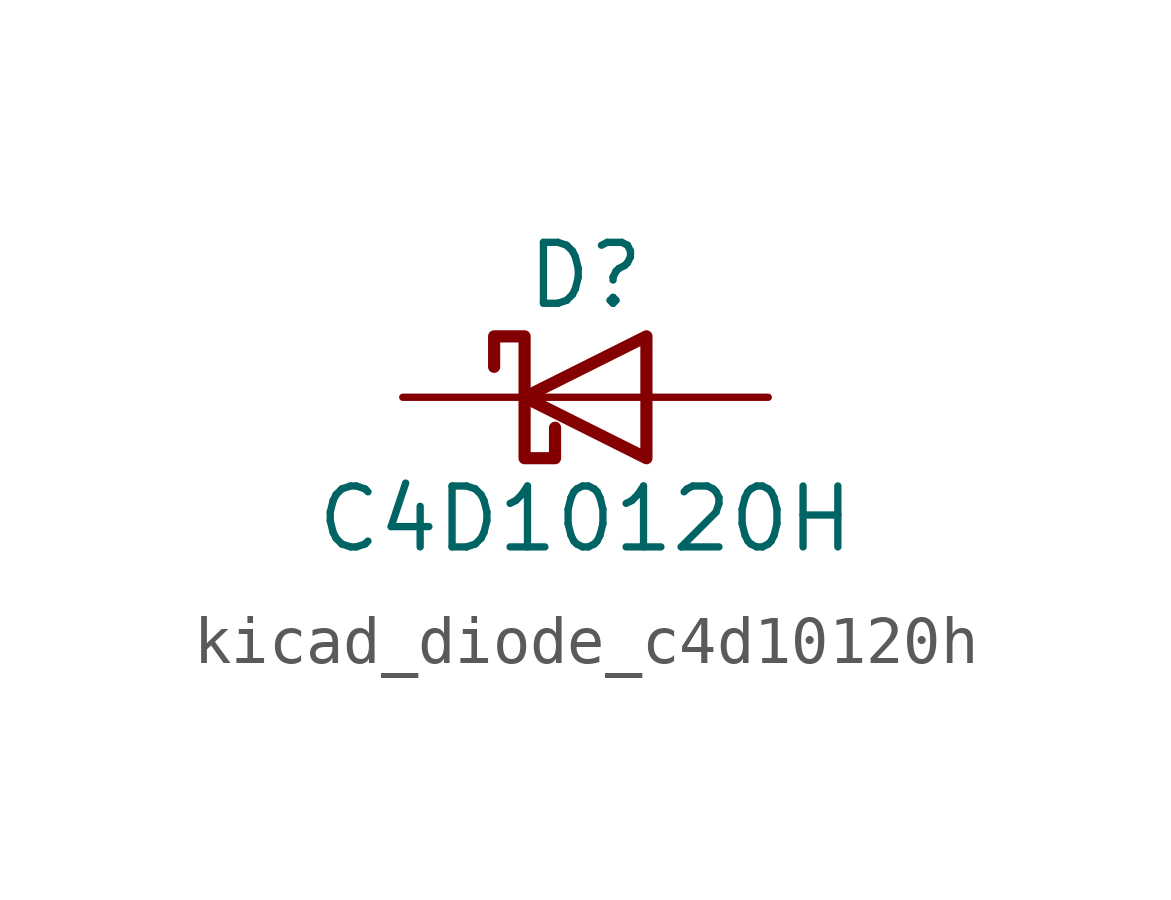
<source format=kicad_sym>
(kicad_symbol_lib
  (version 20220914)
  (generator kicad_symbol_editor)
  (symbol "kicad_diode_c4d10120h"
    (pin_numbers hide)
    (pin_names
      (offset 1.016) hide)
    (property "Reference" "D"
      (at 0 2.54 0)
      (effects (font (size 1.27 1.27))))
    (property "Value" "C4D10120H"
      (at 0 -2.54 0)
      (effects (font (size 1.27 1.27))))
    (symbol "kicad_diode_c4d10120h_0_1"
      (polyline (pts (xy 1.27 0) (xy -1.27 0)) (stroke (width 0) (type default)) (fill (type none)))
      (polyline (pts (xy 1.27 1.27) (xy 1.27 -1.27) (xy -1.27 0) (xy 1.27 1.27)) (stroke (width 0.254) (type default)) (fill (type none)))
      (polyline (pts (xy -1.905 0.635) (xy -1.905 1.27) (xy -1.27 1.27) (xy -1.27 -1.27) (xy -0.635 -1.27) (xy -0.635 -0.635)) (stroke (width 0.254) (type default)) (fill (type none))))
    (symbol "kicad_diode_c4d10120h_1_1"
      (pin passive line (at -3.81 0 0) (length 2.54) (name "K" (effects (font (size 1.27 1.27)))) (number "1" (effects (font (size 1.27 1.27)))))
      (pin passive line (at 3.81 0 180) (length 2.54) (name "A" (effects (font (size 1.27 1.27)))) (number "2" (effects (font (size 1.27 1.27))))))))
</source>
